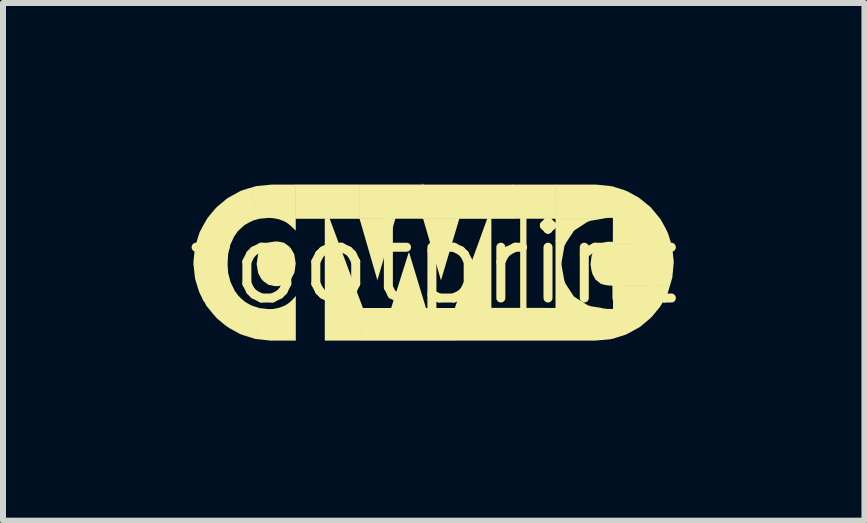
<source format=kicad_pcb>
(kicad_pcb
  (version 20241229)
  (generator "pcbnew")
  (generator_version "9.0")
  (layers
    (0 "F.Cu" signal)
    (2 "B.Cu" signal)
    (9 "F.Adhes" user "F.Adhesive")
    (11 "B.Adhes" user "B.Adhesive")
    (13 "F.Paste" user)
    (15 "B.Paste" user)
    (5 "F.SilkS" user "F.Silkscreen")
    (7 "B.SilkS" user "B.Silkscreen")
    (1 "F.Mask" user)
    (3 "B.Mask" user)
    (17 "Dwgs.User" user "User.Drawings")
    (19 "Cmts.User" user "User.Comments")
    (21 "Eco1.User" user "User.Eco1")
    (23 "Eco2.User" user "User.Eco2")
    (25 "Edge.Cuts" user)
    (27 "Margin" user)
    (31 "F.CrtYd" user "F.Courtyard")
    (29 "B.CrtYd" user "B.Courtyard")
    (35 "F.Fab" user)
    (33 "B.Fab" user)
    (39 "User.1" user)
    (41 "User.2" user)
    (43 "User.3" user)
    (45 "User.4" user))
  (footprint "footprint"
    (layer "F.Cu")
    (at 4.18 1.338)
    (property "Reference" "footprint" (at 0 0 0) (layer "F.SilkS") (effects (font (size 1.27 1.27) (thickness 0.15))))
    (fp_poly (pts (xy 0.121 0.286) (xy -0.179 -0.75) (xy 0.429 -0.75)) (stroke (width 0) (type solid)) (fill yes) (layer "F.SilkS"))
    (fp_poly (pts (xy -1.231 -0.741) (xy -2.309 -0.741) (xy -2.309 -1.312) (xy -1.231 -1.312)) (stroke (width 0) (type solid)) (fill yes) (layer "F.SilkS"))
    (fp_poly (pts (xy -0.939 0.284) (xy -1.144 -0.424) (xy -1.239 -0.751) (xy -0.637 -0.751)) (stroke (width 0) (type solid)) (fill yes) (layer "F.SilkS"))
    (fp_poly (pts (xy -0.407 -0.169) (xy -0.127 0.754) (xy -0.712 0.754) (xy -0.417 -0.179)) (stroke (width 0) (type solid)) (fill yes) (layer "F.SilkS"))
    (fp_poly (pts (xy 1.546 0.755) (xy 1.441 0.755) (xy 1.441 -0.752) (xy 1.546 -0.752)) (stroke (width 0) (type solid)) (fill yes) (layer "F.SilkS"))
    (fp_poly (pts (xy 2.037 -0.742) (xy 1.315 -0.742) (xy 1.314 -1.311) (xy 2.036 -1.311)) (stroke (width 0) (type solid)) (fill yes) (layer "F.SilkS"))
    (fp_poly (pts (xy -0.172 -1.311) (xy 1.325 -1.311) (xy 1.325 -0.741) (xy -0.183 -0.741) (xy -0.183 -1.338)) (stroke (width 0) (type solid)) (fill yes) (layer "F.SilkS"))
    (fp_poly (pts (xy 0.371 1.291) (xy -1.218 1.291) (xy -1.19 0.75) (xy -1.186 0.746) (xy 0.371 0.746)) (stroke (width 0) (type solid)) (fill yes) (layer "F.SilkS"))
    (fp_poly (pts (xy 0.961 -0.751) (xy 0.961 0.757) (xy 0.347 0.757) (xy 0.894 -0.748) (xy 0.897 -0.752)) (stroke (width 0) (type solid)) (fill yes) (layer "F.SilkS"))
    (fp_poly (pts (xy -2.746 0.765) (xy -2.711 0.764) (xy -2.711 0.77) (xy -2.706 0.77) (xy -2.706 1.291) (xy -2.973 1.263) (xy -2.905 0.748)) (stroke (width 0) (type solid)) (fill yes) (layer "F.SilkS"))
    (fp_poly (pts (xy -1.179 0.75) (xy -1.208 1.29) (xy -1.816 1.29) (xy -1.816 0.74) (xy -1.815 0.467) (xy -1.816 0.111) (xy -1.816 -0.749) (xy -1.737 -0.749)) (stroke (width 0) (type solid)) (fill yes) (layer "F.SilkS"))
    (fp_poly (pts (xy -0.168 -0.742) (xy -1.24 -0.742) (xy -1.24 -1.306) (xy -1.234 -1.306) (xy -1.234 -1.3) (xy -1.232 -1.3) (xy -1.232 -1.312) (xy -0.173 -1.312)) (stroke (width 0) (type solid)) (fill yes) (layer "F.SilkS"))
    (fp_poly (pts (xy 2.996 -0.315) (xy 3.963 -0.316) (xy 3.974 -0.279) (xy 4.002 -0.02) (xy 3.977 0.24) (xy 3.937 0.377) (xy 2.987 0.378) (xy 2.987 -0.32)) (stroke (width 0) (type solid)) (fill yes) (layer "F.SilkS"))
    (fp_poly (pts (xy 2.806 -0.741) (xy 2.613 -0.708) (xy 2.562 -0.689) (xy 2.343 -0.547) (xy 2.222 -0.367) (xy 2.03 -0.367) (xy 2.03 -0.747) (xy 2.035 -0.752) (xy 2.805 -0.752)) (stroke (width 0) (type solid)) (fill yes) (layer "F.SilkS"))
    (fp_poly (pts (xy 2.942 -1.287) (xy 2.995 -1.276) (xy 2.996 -0.756) (xy 2.92 -0.756) (xy 2.867 -0.752) (xy 2.804 -0.741) (xy 2.027 -0.741) (xy 2.027 -1.311) (xy 2.706 -1.311)) (stroke (width 0) (type solid)) (fill yes) (layer "F.SilkS"))
    (fp_poly (pts (xy -3.426 0.164) (xy -3.388 0.313) (xy -3.312 0.469) (xy -3.786 0.715) (xy -3.812 0.666) (xy -3.842 0.612) (xy -3.883 0.537) (xy -3.91 0.478) (xy -3.911 0.475) (xy -3.973 0.277) (xy -3.983 0.221) (xy -4.005 0.011) (xy -3.438 -0.001)) (stroke (width 0) (type solid)) (fill yes) (layer "F.SilkS"))
    (fp_poly (pts (xy 2.047 0.745) (xy 2.783 0.745) (xy 2.849 0.756) (xy 2.883 0.761) (xy 2.914 0.762) (xy 3 0.762) (xy 3 1.253) (xy 2.94 1.268) (xy 2.687 1.29) (xy 0.362 1.29) (xy 0.362 0.751) (xy 0.362 0.744) (xy 1.587 0.744)) (stroke (width 0) (type solid)) (fill yes) (layer "F.SilkS"))
    (fp_poly (pts (xy 2.997 -1.275) (xy 3.18 -1.218) (xy 3.236 -1.194) (xy 3.42 -1.093) (xy 3.615 -0.935) (xy 3.693 -0.842) (xy 3.782 -0.732) (xy 3.822 -0.661) (xy 3.871 -0.571) (xy 3.907 -0.494) (xy 3.966 -0.306) (xy 2.986 -0.305) (xy 2.987 -0.745) (xy 2.987 -1.285)) (stroke (width 0) (type solid)) (fill yes) (layer "F.SilkS"))
    (fp_poly (pts (xy 2.228 -0.377) (xy 2.201 -0.331) (xy 2.178 -0.283) (xy 2.133 -0.025) (xy 2.13 0.026) (xy 2.176 0.284) (xy 2.194 0.337) (xy 2.337 0.556) (xy 2.561 0.697) (xy 2.61 0.715) (xy 2.799 0.747) (xy 2.798 0.758) (xy 2.03 0.758) (xy 2.03 -0.378) (xy 2.037 -0.378)) (stroke (width 0) (type solid)) (fill yes) (layer "F.SilkS"))
    (fp_poly (pts (xy 3.604 0.923) (xy 3.566 0.955) (xy 3.436 1.063) (xy 3.244 1.169) (xy 3.196 1.192) (xy 2.989 1.257) (xy 2.989 0.371) (xy 2.993 0.367) (xy 3.94 0.367) (xy 3.9 0.497) (xy 3.827 0.631) (xy 3.799 0.683) (xy 3.77 0.73) (xy 3.727 0.782) (xy 3.639 0.889)) (stroke (width 0) (type solid)) (fill yes) (layer "F.SilkS"))
    (fp_poly (pts (xy 2.994 -0.356) (xy 2.997 -0.349) (xy 2.996 0.374) (xy 2.939 0.373) (xy 2.894 0.368) (xy 2.834 0.357) (xy 2.783 0.341) (xy 2.696 0.272) (xy 2.649 0.185) (xy 2.631 0.128) (xy 2.614 0.017) (xy 2.633 -0.135) (xy 2.68 -0.228) (xy 2.716 -0.274) (xy 2.801 -0.336) (xy 2.903 -0.359)) (stroke (width 0) (type solid)) (fill yes) (layer "F.SilkS"))
    (fp_poly (pts (xy -2.3 -0.543) (xy -2.348 -0.59) (xy -2.378 -0.619) (xy -2.417 -0.65) (xy -2.449 -0.675) (xy -2.492 -0.698) (xy -2.542 -0.719) (xy -2.586 -0.734) (xy -2.608 -0.739) (xy -2.645 -0.746) (xy -2.698 -0.753) (xy -2.746 -0.756) (xy -2.906 -0.742) (xy -2.912 -0.748) (xy -3.087 -1.247) (xy -2.958 -1.286) (xy -2.7 -1.311) (xy -2.3 -1.311)) (stroke (width 0) (type solid)) (fill yes) (layer "F.SilkS"))
    (fp_poly (pts (xy -2.299 1.29) (xy -2.715 1.29) (xy -2.715 0.764) (xy -2.685 0.763) (xy -2.66 0.759) (xy -2.615 0.751) (xy -2.582 0.743) (xy -2.549 0.732) (xy -2.514 0.719) (xy -2.489 0.708) (xy -2.451 0.688) (xy -2.43 0.673) (xy -2.408 0.657) (xy -2.386 0.637) (xy -2.354 0.607) (xy -2.331 0.582) (xy -2.318 0.567) (xy -2.299 0.543)) (stroke (width 0) (type solid)) (fill yes) (layer "F.SilkS"))
    (fp_poly (pts (xy -3.257 0.542) (xy -3.205 0.593) (xy -3.141 0.647) (xy -3.104 0.668) (xy -3.053 0.697) (xy -2.996 0.719) (xy -2.938 0.737) (xy -2.902 0.748) (xy -2.897 0.753) (xy -2.964 1.265) (xy -3.14 1.21) (xy -3.174 1.2) (xy -3.227 1.181) (xy -3.408 1.081) (xy -3.451 1.052) (xy -3.484 1.027) (xy -3.575 0.951) (xy -3.618 0.915) (xy -3.694 0.826) (xy -3.764 0.74) (xy -3.792 0.706) (xy -3.315 0.462)) (stroke (width 0) (type solid)) (fill yes) (layer "F.SilkS"))
    (fp_poly (pts (xy -2.497 -0.342) (xy -2.413 -0.282) (xy -2.378 -0.243) (xy -2.325 -0.149) (xy -2.3 0.005) (xy -2.323 0.162) (xy -2.375 0.256) (xy -2.409 0.297) (xy -2.493 0.361) (xy -2.594 0.382) (xy -2.651 0.382) (xy -2.755 0.359) (xy -2.837 0.302) (xy -2.875 0.26) (xy -2.926 0.167) (xy -2.952 0.014) (xy -2.929 -0.142) (xy -2.878 -0.236) (xy -2.844 -0.277) (xy -2.762 -0.339) (xy -2.762 -0.342) (xy -2.657 -0.361) (xy -2.602 -0.363)) (stroke (width 0) (type solid)) (fill yes) (layer "F.SilkS"))
    (fp_poly (pts (xy -3.35 -1.134) (xy -3.217 -1.207) (xy -3.079 -1.251) (xy -2.901 -0.744) (xy -3.009 -0.712) (xy -3.068 -0.685) (xy -3.148 -0.64) (xy -3.191 -0.604) (xy -3.263 -0.536) (xy -3.327 -0.446) (xy -3.391 -0.307) (xy -3.427 -0.153) (xy -3.437 0.011) (xy -4.005 0.022) (xy -4.005 0.015) (xy -4.003 -0.049) (xy -3.996 -0.115) (xy -3.982 -0.244) (xy -3.964 -0.322) (xy -3.922 -0.457) (xy -3.903 -0.515) (xy -3.85 -0.616) (xy -3.794 -0.715) (xy -3.771 -0.753) (xy -3.719 -0.817) (xy -3.652 -0.897) (xy -3.608 -0.944) (xy -3.522 -1.015) (xy -3.442 -1.082)) (stroke (width 0) (type solid)) (fill yes) (layer "F.SilkS")))
  (gr_rect
    (start -3 -3)
    (end 11.36 5.629)
    (stroke (width 0.1) (type default))
    (fill no)
    (layer "Edge.Cuts")))
</source>
